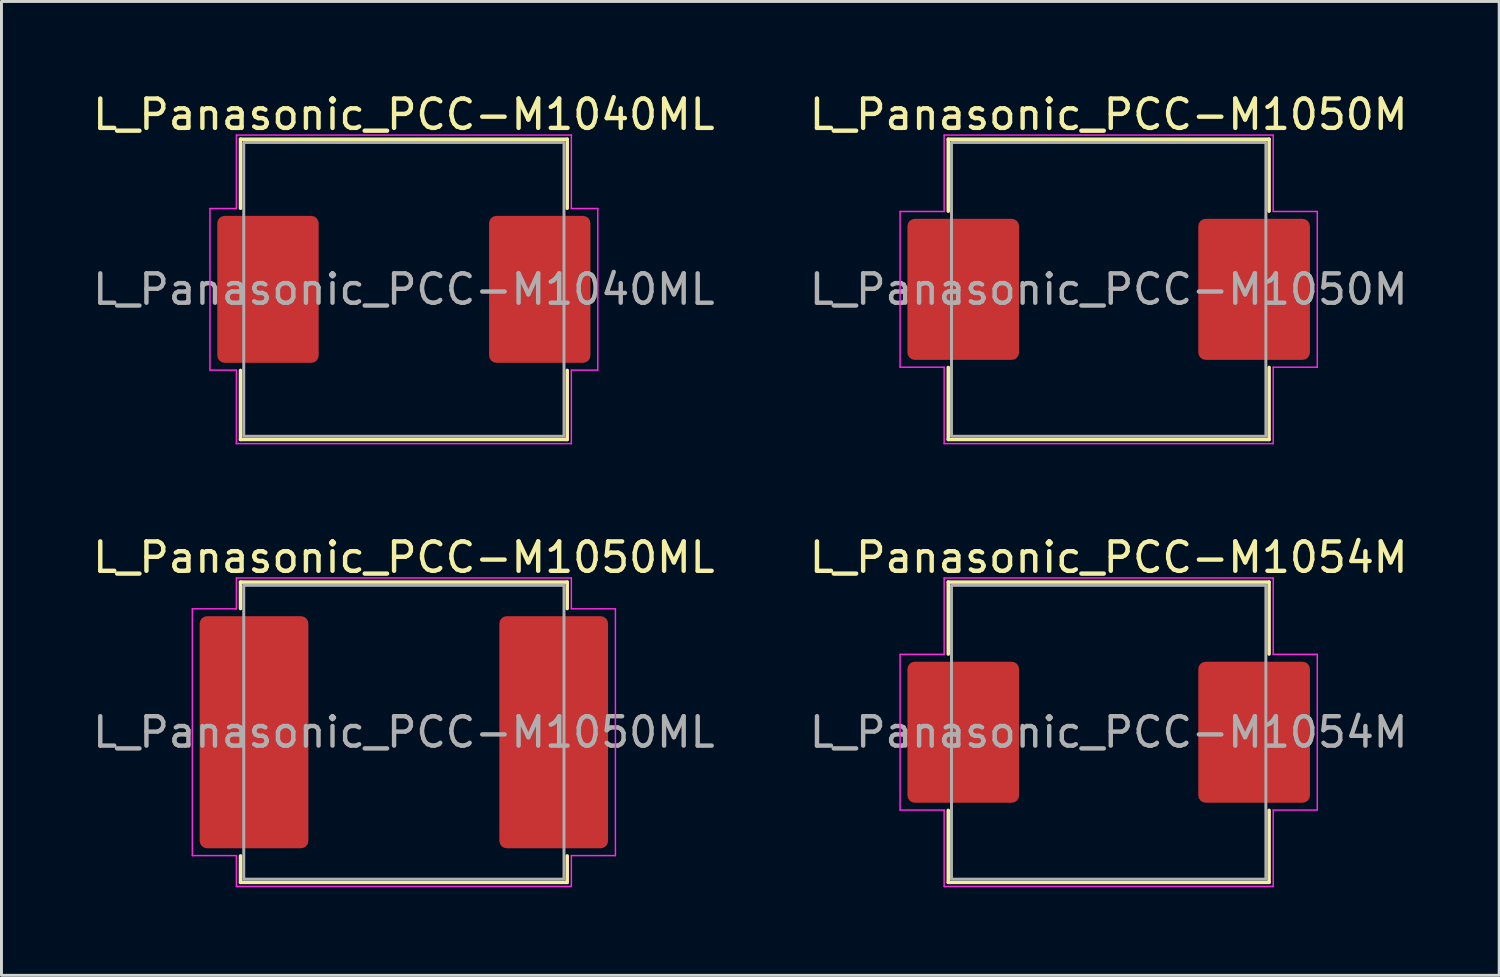
<source format=kicad_pcb>
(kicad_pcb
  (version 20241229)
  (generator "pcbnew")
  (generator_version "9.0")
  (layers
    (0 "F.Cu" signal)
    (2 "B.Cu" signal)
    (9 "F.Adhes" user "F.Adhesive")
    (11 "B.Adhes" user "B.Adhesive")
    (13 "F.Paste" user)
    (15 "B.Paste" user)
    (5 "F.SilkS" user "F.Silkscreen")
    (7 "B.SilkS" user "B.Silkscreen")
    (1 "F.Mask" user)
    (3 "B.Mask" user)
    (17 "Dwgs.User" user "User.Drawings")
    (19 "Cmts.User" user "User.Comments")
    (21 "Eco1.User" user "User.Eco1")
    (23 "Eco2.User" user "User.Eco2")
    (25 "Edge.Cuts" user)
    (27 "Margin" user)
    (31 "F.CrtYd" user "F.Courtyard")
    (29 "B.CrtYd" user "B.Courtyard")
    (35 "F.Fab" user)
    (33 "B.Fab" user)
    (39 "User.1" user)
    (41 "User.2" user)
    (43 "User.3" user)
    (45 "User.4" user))
  (footprint "L_Panasonic_PCC-M1050ML"
    (layer "F.Cu")
    (at 10.696 21.872)
    (property "Reference" "L_Panasonic_PCC-M1050ML" (at 0 -5.95 0) (layer "F.SilkS") (effects (font (size 1 1) (thickness 0.15))))
    (attr smd)
    (fp_line (start -5.56 -5.11) (end 5.56 -5.11) (stroke (width 0.12) (type solid)) (layer "F.SilkS"))
    (fp_line (start -5.56 -4.21) (end -5.56 -5.11) (stroke (width 0.12) (type solid)) (layer "F.SilkS"))
    (fp_line (start -5.56 5.11) (end -5.56 4.21) (stroke (width 0.12) (type solid)) (layer "F.SilkS"))
    (fp_line (start 5.56 -5.11) (end 5.56 -4.21) (stroke (width 0.12) (type solid)) (layer "F.SilkS"))
    (fp_line (start 5.56 4.21) (end 5.56 5.11) (stroke (width 0.12) (type solid)) (layer "F.SilkS"))
    (fp_line (start 5.56 5.11) (end -5.56 5.11) (stroke (width 0.12) (type solid)) (layer "F.SilkS"))
    (fp_line (start -7.2 -4.2) (end -5.7 -4.2) (stroke (width 0.05) (type solid)) (layer "F.CrtYd"))
    (fp_line (start -7.2 4.2) (end -7.2 -4.2) (stroke (width 0.05) (type solid)) (layer "F.CrtYd"))
    (fp_line (start -5.7 -5.25) (end 5.7 -5.25) (stroke (width 0.05) (type solid)) (layer "F.CrtYd"))
    (fp_line (start -5.7 -4.2) (end -5.7 -5.25) (stroke (width 0.05) (type solid)) (layer "F.CrtYd"))
    (fp_line (start -5.7 4.2) (end -7.2 4.2) (stroke (width 0.05) (type solid)) (layer "F.CrtYd"))
    (fp_line (start -5.7 5.25) (end -5.7 4.2) (stroke (width 0.05) (type solid)) (layer "F.CrtYd"))
    (fp_line (start 5.7 -5.25) (end 5.7 -4.2) (stroke (width 0.05) (type solid)) (layer "F.CrtYd"))
    (fp_line (start 5.7 -4.2) (end 7.2 -4.2) (stroke (width 0.05) (type solid)) (layer "F.CrtYd"))
    (fp_line (start 5.7 4.2) (end 5.7 5.25) (stroke (width 0.05) (type solid)) (layer "F.CrtYd"))
    (fp_line (start 5.7 5.25) (end -5.7 5.25) (stroke (width 0.05) (type solid)) (layer "F.CrtYd"))
    (fp_line (start 7.2 -4.2) (end 7.2 4.2) (stroke (width 0.05) (type solid)) (layer "F.CrtYd"))
    (fp_line (start 7.2 4.2) (end 5.7 4.2) (stroke (width 0.05) (type solid)) (layer "F.CrtYd"))
    (fp_rect (start -5.45 -5) (end 5.45 5) (stroke (width 0.1) (type solid)) (fill no) (layer "F.Fab"))
    (fp_text user "${REFERENCE}" (at 0 0 0) (layer "F.Fab") (effects (font (size 1 1) (thickness 0.15))))
    (pad "1" smd roundrect (at -5.1 0) (size 3.7 7.9) (layers "F.Cu" "F.Mask" "F.Paste") (roundrect_rratio 0.068))
    (pad "2" smd roundrect (at 5.1 0) (size 3.7 7.9) (layers "F.Cu" "F.Mask" "F.Paste") (roundrect_rratio 0.068)))
  (footprint "L_Panasonic_PCC-M1040ML"
    (layer "F.Cu")
    (at 10.696 6.798)
    (property "Reference" "L_Panasonic_PCC-M1040ML" (at 0 -5.95 0) (layer "F.SilkS") (effects (font (size 1 1) (thickness 0.15))))
    (attr smd)
    (fp_line (start -5.56 -5.11) (end 5.56 -5.11) (stroke (width 0.12) (type solid)) (layer "F.SilkS"))
    (fp_line (start -5.56 -2.76) (end -5.56 -5.11) (stroke (width 0.12) (type solid)) (layer "F.SilkS"))
    (fp_line (start -5.56 5.11) (end -5.56 2.76) (stroke (width 0.12) (type solid)) (layer "F.SilkS"))
    (fp_line (start 5.56 -5.11) (end 5.56 -2.76) (stroke (width 0.12) (type solid)) (layer "F.SilkS"))
    (fp_line (start 5.56 2.76) (end 5.56 5.11) (stroke (width 0.12) (type solid)) (layer "F.SilkS"))
    (fp_line (start 5.56 5.11) (end -5.56 5.11) (stroke (width 0.12) (type solid)) (layer "F.SilkS"))
    (fp_line (start -6.6 -2.75) (end -5.7 -2.75) (stroke (width 0.05) (type solid)) (layer "F.CrtYd"))
    (fp_line (start -6.6 2.75) (end -6.6 -2.75) (stroke (width 0.05) (type solid)) (layer "F.CrtYd"))
    (fp_line (start -5.7 -5.25) (end 5.7 -5.25) (stroke (width 0.05) (type solid)) (layer "F.CrtYd"))
    (fp_line (start -5.7 -2.75) (end -5.7 -5.25) (stroke (width 0.05) (type solid)) (layer "F.CrtYd"))
    (fp_line (start -5.7 2.75) (end -6.6 2.75) (stroke (width 0.05) (type solid)) (layer "F.CrtYd"))
    (fp_line (start -5.7 5.25) (end -5.7 2.75) (stroke (width 0.05) (type solid)) (layer "F.CrtYd"))
    (fp_line (start 5.7 -5.25) (end 5.7 -2.75) (stroke (width 0.05) (type solid)) (layer "F.CrtYd"))
    (fp_line (start 5.7 -2.75) (end 6.6 -2.75) (stroke (width 0.05) (type solid)) (layer "F.CrtYd"))
    (fp_line (start 5.7 2.75) (end 5.7 5.25) (stroke (width 0.05) (type solid)) (layer "F.CrtYd"))
    (fp_line (start 5.7 5.25) (end -5.7 5.25) (stroke (width 0.05) (type solid)) (layer "F.CrtYd"))
    (fp_line (start 6.6 -2.75) (end 6.6 2.75) (stroke (width 0.05) (type solid)) (layer "F.CrtYd"))
    (fp_line (start 6.6 2.75) (end 5.7 2.75) (stroke (width 0.05) (type solid)) (layer "F.CrtYd"))
    (fp_rect (start -5.45 -5) (end 5.45 5) (stroke (width 0.1) (type solid)) (fill no) (layer "F.Fab"))
    (fp_text user "${REFERENCE}" (at 0 0 0) (layer "F.Fab") (effects (font (size 1 1) (thickness 0.15))))
    (pad "1" smd roundrect (at -4.625 0) (size 3.45 5) (layers "F.Cu" "F.Mask" "F.Paste") (roundrect_rratio 0.072))
    (pad "2" smd roundrect (at 4.625 0) (size 3.45 5) (layers "F.Cu" "F.Mask" "F.Paste") (roundrect_rratio 0.072)))
  (footprint "L_Panasonic_PCC-M1054M"
    (layer "F.Cu")
    (at 34.685 21.872)
    (property "Reference" "L_Panasonic_PCC-M1054M" (at 0 -5.95 0) (layer "F.SilkS") (effects (font (size 1 1) (thickness 0.15))))
    (attr smd)
    (fp_line (start -5.46 -5.11) (end 5.46 -5.11) (stroke (width 0.12) (type solid)) (layer "F.SilkS"))
    (fp_line (start -5.46 -2.66) (end -5.46 -5.11) (stroke (width 0.12) (type solid)) (layer "F.SilkS"))
    (fp_line (start -5.46 5.11) (end -5.46 2.66) (stroke (width 0.12) (type solid)) (layer "F.SilkS"))
    (fp_line (start 5.46 -5.11) (end 5.46 -2.66) (stroke (width 0.12) (type solid)) (layer "F.SilkS"))
    (fp_line (start 5.46 2.66) (end 5.46 5.11) (stroke (width 0.12) (type solid)) (layer "F.SilkS"))
    (fp_line (start 5.46 5.11) (end -5.46 5.11) (stroke (width 0.12) (type solid)) (layer "F.SilkS"))
    (fp_line (start -7.1 -2.65) (end -5.6 -2.65) (stroke (width 0.05) (type solid)) (layer "F.CrtYd"))
    (fp_line (start -7.1 2.65) (end -7.1 -2.65) (stroke (width 0.05) (type solid)) (layer "F.CrtYd"))
    (fp_line (start -5.6 -5.25) (end 5.6 -5.25) (stroke (width 0.05) (type solid)) (layer "F.CrtYd"))
    (fp_line (start -5.6 -2.65) (end -5.6 -5.25) (stroke (width 0.05) (type solid)) (layer "F.CrtYd"))
    (fp_line (start -5.6 2.65) (end -7.1 2.65) (stroke (width 0.05) (type solid)) (layer "F.CrtYd"))
    (fp_line (start -5.6 5.25) (end -5.6 2.65) (stroke (width 0.05) (type solid)) (layer "F.CrtYd"))
    (fp_line (start 5.6 -5.25) (end 5.6 -2.65) (stroke (width 0.05) (type solid)) (layer "F.CrtYd"))
    (fp_line (start 5.6 -2.65) (end 7.1 -2.65) (stroke (width 0.05) (type solid)) (layer "F.CrtYd"))
    (fp_line (start 5.6 2.65) (end 5.6 5.25) (stroke (width 0.05) (type solid)) (layer "F.CrtYd"))
    (fp_line (start 5.6 5.25) (end -5.6 5.25) (stroke (width 0.05) (type solid)) (layer "F.CrtYd"))
    (fp_line (start 7.1 -2.65) (end 7.1 2.65) (stroke (width 0.05) (type solid)) (layer "F.CrtYd"))
    (fp_line (start 7.1 2.65) (end 5.6 2.65) (stroke (width 0.05) (type solid)) (layer "F.CrtYd"))
    (fp_rect (start -5.35 -5) (end 5.35 5) (stroke (width 0.1) (type solid)) (fill no) (layer "F.Fab"))
    (fp_text user "${REFERENCE}" (at 0 0 0) (layer "F.Fab") (effects (font (size 1 1) (thickness 0.15))))
    (pad "1" smd roundrect (at -4.95 0) (size 3.8 4.8) (layers "F.Cu" "F.Mask" "F.Paste") (roundrect_rratio 0.066))
    (pad "2" smd roundrect (at 4.95 0) (size 3.8 4.8) (layers "F.Cu" "F.Mask" "F.Paste") (roundrect_rratio 0.066)))
  (footprint "L_Panasonic_PCC-M1050M"
    (layer "F.Cu")
    (at 34.685 6.798)
    (property "Reference" "L_Panasonic_PCC-M1050M" (at 0 -5.95 0) (layer "F.SilkS") (effects (font (size 1 1) (thickness 0.15))))
    (attr smd)
    (fp_line (start -5.46 -5.11) (end 5.46 -5.11) (stroke (width 0.12) (type solid)) (layer "F.SilkS"))
    (fp_line (start -5.46 -2.66) (end -5.46 -5.11) (stroke (width 0.12) (type solid)) (layer "F.SilkS"))
    (fp_line (start -5.46 5.11) (end -5.46 2.66) (stroke (width 0.12) (type solid)) (layer "F.SilkS"))
    (fp_line (start 5.46 -5.11) (end 5.46 -2.66) (stroke (width 0.12) (type solid)) (layer "F.SilkS"))
    (fp_line (start 5.46 2.66) (end 5.46 5.11) (stroke (width 0.12) (type solid)) (layer "F.SilkS"))
    (fp_line (start 5.46 5.11) (end -5.46 5.11) (stroke (width 0.12) (type solid)) (layer "F.SilkS"))
    (fp_line (start -7.1 -2.65) (end -5.6 -2.65) (stroke (width 0.05) (type solid)) (layer "F.CrtYd"))
    (fp_line (start -7.1 2.65) (end -7.1 -2.65) (stroke (width 0.05) (type solid)) (layer "F.CrtYd"))
    (fp_line (start -5.6 -5.25) (end 5.6 -5.25) (stroke (width 0.05) (type solid)) (layer "F.CrtYd"))
    (fp_line (start -5.6 -2.65) (end -5.6 -5.25) (stroke (width 0.05) (type solid)) (layer "F.CrtYd"))
    (fp_line (start -5.6 2.65) (end -7.1 2.65) (stroke (width 0.05) (type solid)) (layer "F.CrtYd"))
    (fp_line (start -5.6 5.25) (end -5.6 2.65) (stroke (width 0.05) (type solid)) (layer "F.CrtYd"))
    (fp_line (start 5.6 -5.25) (end 5.6 -2.65) (stroke (width 0.05) (type solid)) (layer "F.CrtYd"))
    (fp_line (start 5.6 -2.65) (end 7.1 -2.65) (stroke (width 0.05) (type solid)) (layer "F.CrtYd"))
    (fp_line (start 5.6 2.65) (end 5.6 5.25) (stroke (width 0.05) (type solid)) (layer "F.CrtYd"))
    (fp_line (start 5.6 5.25) (end -5.6 5.25) (stroke (width 0.05) (type solid)) (layer "F.CrtYd"))
    (fp_line (start 7.1 -2.65) (end 7.1 2.65) (stroke (width 0.05) (type solid)) (layer "F.CrtYd"))
    (fp_line (start 7.1 2.65) (end 5.6 2.65) (stroke (width 0.05) (type solid)) (layer "F.CrtYd"))
    (fp_rect (start -5.35 -5) (end 5.35 5) (stroke (width 0.1) (type solid)) (fill no) (layer "F.Fab"))
    (fp_text user "${REFERENCE}" (at 0 0 0) (layer "F.Fab") (effects (font (size 1 1) (thickness 0.15))))
    (pad "1" smd roundrect (at -4.95 0) (size 3.8 4.8) (layers "F.Cu" "F.Mask" "F.Paste") (roundrect_rratio 0.066))
    (pad "2" smd roundrect (at 4.95 0) (size 3.8 4.8) (layers "F.Cu" "F.Mask" "F.Paste") (roundrect_rratio 0.066)))
  (gr_rect
    (start -3 -3)
    (end 47.976 30.146)
    (stroke (width 0.1) (type default))
    (fill no)
    (layer "Edge.Cuts")))
</source>
